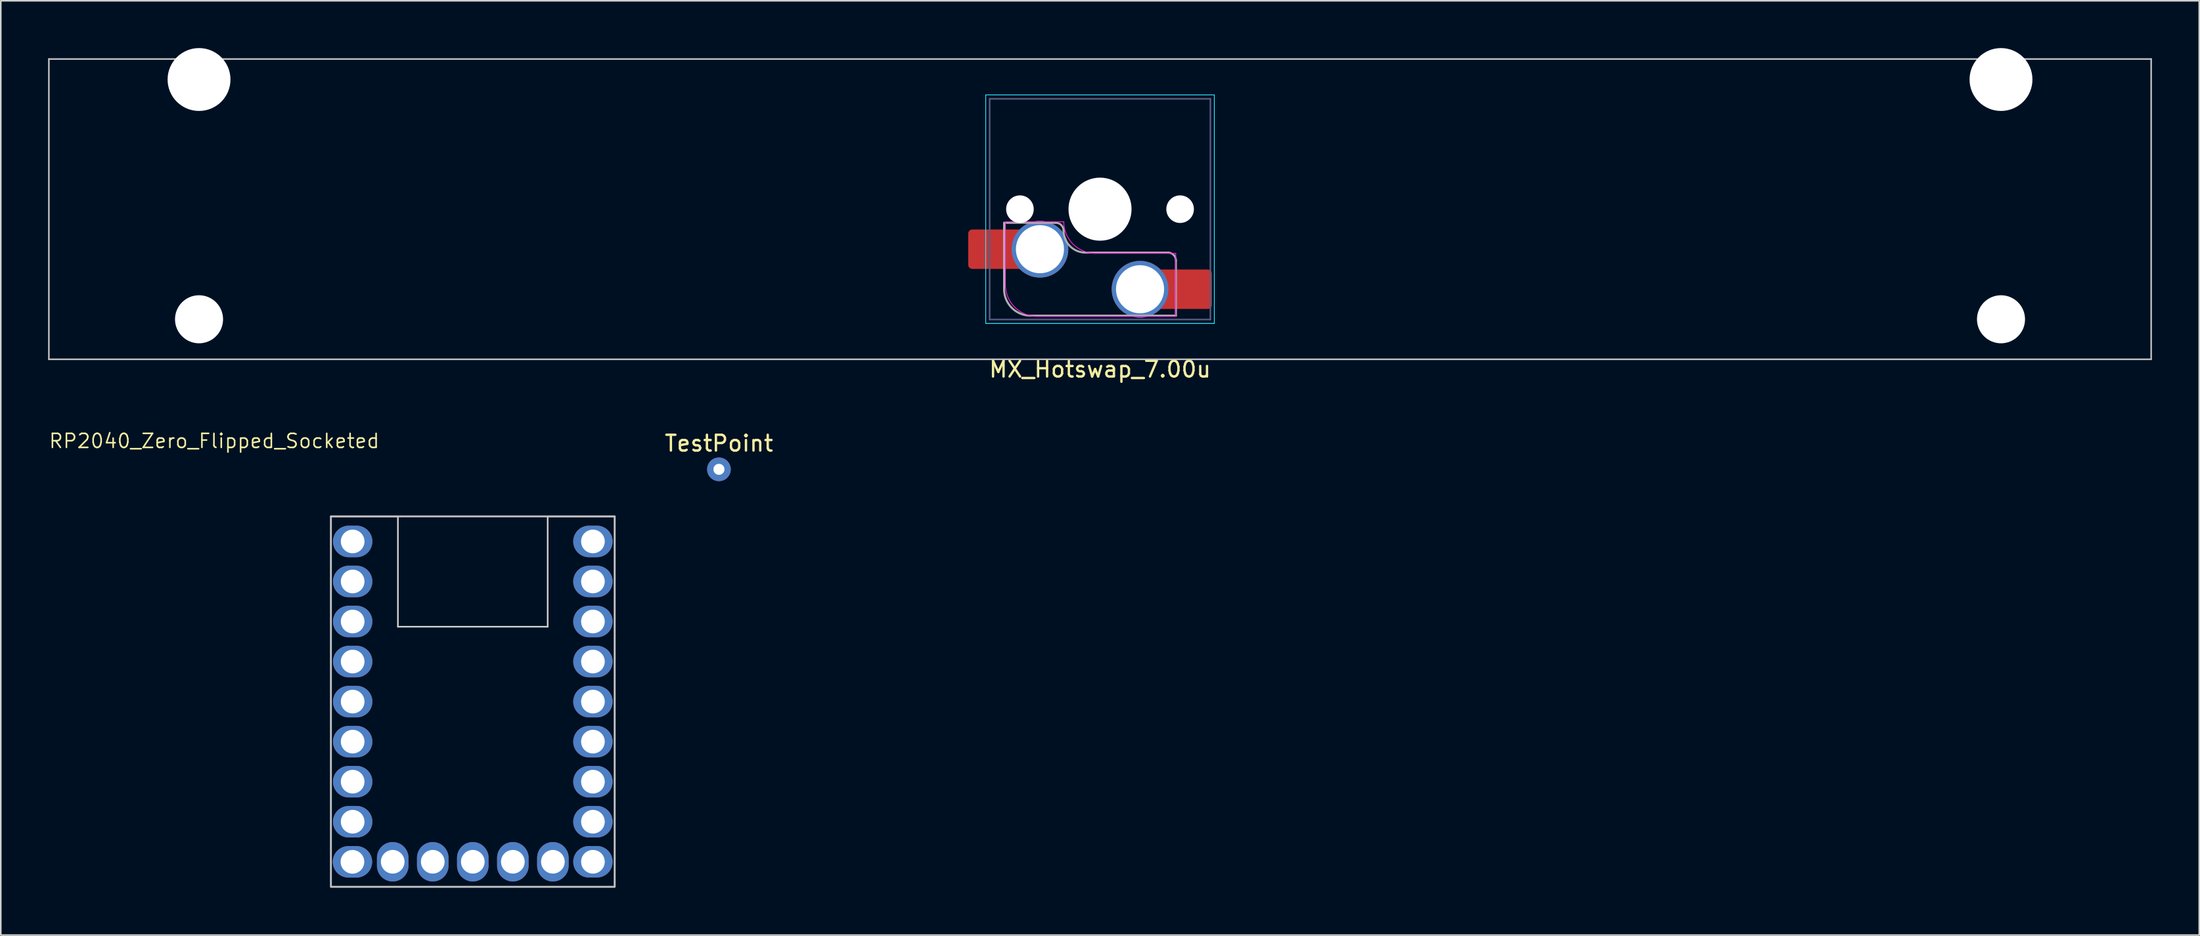
<source format=kicad_pcb>
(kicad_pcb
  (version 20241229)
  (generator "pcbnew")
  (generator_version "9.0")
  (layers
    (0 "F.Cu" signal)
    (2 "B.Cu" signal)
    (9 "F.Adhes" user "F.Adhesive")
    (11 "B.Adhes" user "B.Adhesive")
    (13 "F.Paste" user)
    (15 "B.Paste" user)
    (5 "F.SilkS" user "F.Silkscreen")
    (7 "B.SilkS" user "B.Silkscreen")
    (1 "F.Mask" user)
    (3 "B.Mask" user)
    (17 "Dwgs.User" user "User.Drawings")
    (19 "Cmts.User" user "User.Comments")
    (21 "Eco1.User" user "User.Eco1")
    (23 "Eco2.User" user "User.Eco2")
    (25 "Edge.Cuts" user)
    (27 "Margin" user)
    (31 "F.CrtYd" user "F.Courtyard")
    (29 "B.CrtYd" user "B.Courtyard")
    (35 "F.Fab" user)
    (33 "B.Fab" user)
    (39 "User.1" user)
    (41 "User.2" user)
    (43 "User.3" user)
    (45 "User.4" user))
  (footprint "RP2040_Zero_Flipped_Socketed"
    (layer "F.Cu")
    (at 26.94 41.458)
    (property "Reference" "RP2040_Zero_Flipped_Socketed" (at -16.399 -16.533 0) (layer "F.SilkS") (effects (font (size 0.889 0.889) (thickness 0.102))))
    (attr through_hole exclude_from_pos_files)
    (fp_rect (start -9 -11.75) (end 9 11.75) (stroke (width 0.12) (type solid)) (fill no) (layer "Dwgs.User"))
    (fp_line (start -4.75 -11.75) (end -9 -11.75) (stroke (width 0.1) (type default)) (layer "Edge.Cuts"))
    (fp_line (start -4.75 -11.75) (end -4.75 -4.75) (stroke (width 0.1) (type default)) (layer "Edge.Cuts"))
    (fp_line (start -4.75 -4.75) (end 4.75 -4.75) (stroke (width 0.1) (type default)) (layer "Edge.Cuts"))
    (fp_line (start 4.75 -11.75) (end 4.75 -4.75) (stroke (width 0.1) (type default)) (layer "Edge.Cuts"))
    (fp_line (start 9 -11.75) (end 4.75 -11.75) (stroke (width 0.1) (type default)) (layer "Edge.Cuts"))
    (pad "1" thru_hole oval (at -7.62 -10.16 180) (size 2.5 2) (drill 1.5) (layers "*.Cu" "*.Mask"))
    (pad "2" thru_hole oval (at -7.62 -7.62 180) (size 2.5 2) (drill 1.5) (layers "*.Cu" "*.Mask"))
    (pad "3" thru_hole oval (at -7.62 -5.08 180) (size 2.5 2) (drill 1.5) (layers "*.Cu" "*.Mask"))
    (pad "4" thru_hole oval (at -7.62 -2.54 180) (size 2.5 2) (drill 1.5) (layers "*.Cu" "*.Mask"))
    (pad "5" thru_hole oval (at -7.62 0 180) (size 2.5 2) (drill 1.5) (layers "*.Cu" "*.Mask"))
    (pad "6" thru_hole oval (at -7.62 2.54 180) (size 2.5 2) (drill 1.5) (layers "*.Cu" "*.Mask"))
    (pad "7" thru_hole oval (at -7.62 5.08 180) (size 2.5 2) (drill 1.5) (layers "*.Cu" "*.Mask"))
    (pad "8" thru_hole oval (at -7.62 7.62 180) (size 2.5 2) (drill 1.5) (layers "*.Cu" "*.Mask"))
    (pad "9" thru_hole oval (at -7.634 10.164 180) (size 2.5 2) (drill 1.5) (layers "*.Cu" "*.Mask"))
    (pad "10" thru_hole oval (at -5.08 10.16 270) (size 2.5 2) (drill 1.5) (layers "*.Cu" "*.Mask"))
    (pad "11" thru_hole oval (at -2.54 10.16 270) (size 2.5 2) (drill 1.5) (layers "*.Cu" "*.Mask"))
    (pad "12" thru_hole oval (at 0 10.16 270) (size 2.5 2) (drill 1.5) (layers "*.Cu" "*.Mask"))
    (pad "13" thru_hole oval (at 2.54 10.16 270) (size 2.5 2) (drill 1.5) (layers "*.Cu" "*.Mask"))
    (pad "14" thru_hole oval (at 5.08 10.16 270) (size 2.5 2) (drill 1.5) (layers "*.Cu" "*.Mask"))
    (pad "15" thru_hole oval (at 7.62 10.16) (size 2.5 2) (drill 1.5) (layers "*.Cu" "*.Mask"))
    (pad "16" thru_hole oval (at 7.62 7.62) (size 2.5 2) (drill 1.5) (layers "*.Cu" "*.Mask"))
    (pad "17" thru_hole oval (at 7.62 5.08) (size 2.5 2) (drill 1.5) (layers "*.Cu" "*.Mask"))
    (pad "18" thru_hole oval (at 7.62 2.54) (size 2.5 2) (drill 1.5) (layers "*.Cu" "*.Mask"))
    (pad "19" thru_hole oval (at 7.62 0) (size 2.5 2) (drill 1.5) (layers "*.Cu" "*.Mask"))
    (pad "20" thru_hole oval (at 7.62 -2.54) (size 2.5 2) (drill 1.5) (layers "*.Cu" "*.Mask"))
    (pad "21" thru_hole oval (at 7.62 -5.08) (size 2.5 2) (drill 1.5) (layers "*.Cu" "*.Mask"))
    (pad "22" thru_hole oval (at 7.62 -7.62) (size 2.5 2) (drill 1.5) (layers "*.Cu" "*.Mask"))
    (pad "23" thru_hole oval (at 7.62 -10.16) (size 2.5 2) (drill 1.5) (layers "*.Cu" "*.Mask")))
  (footprint "MX_Hotswap_7.00u"
    (layer "F.Cu")
    (at 66.09 14.029)
    (property "Reference" "MX_Hotswap_7.00u" (at 0.635 6.35 0) (layer "F.SilkS") (effects (font (size 1 1) (thickness 0.15))))
    (attr smd)
    (fp_line (start -66.04 -13.335) (end -66.04 5.715) (stroke (width 0.1) (type solid)) (layer "Dwgs.User"))
    (fp_line (start -66.04 5.715) (end 67.31 5.715) (stroke (width 0.1) (type solid)) (layer "Dwgs.User"))
    (fp_line (start 67.31 -13.335) (end -66.04 -13.335) (stroke (width 0.1) (type solid)) (layer "Dwgs.User"))
    (fp_line (start 67.31 5.715) (end 67.31 -13.335) (stroke (width 0.1) (type solid)) (layer "Dwgs.User"))
    (fp_line (start -59.89 -10.58) (end -59.89 1.72) (stroke (width 0.1) (type solid)) (layer "Eco1.User"))
    (fp_line (start -59.89 1.72) (end -53.14 1.72) (stroke (width 0.1) (type solid)) (layer "Eco1.User"))
    (fp_line (start -53.14 -10.58) (end -59.89 -10.58) (stroke (width 0.1) (type solid)) (layer "Eco1.User"))
    (fp_line (start -53.14 1.72) (end -53.14 -10.58) (stroke (width 0.1) (type solid)) (layer "Eco1.User"))
    (fp_line (start 54.41 -10.58) (end 54.41 1.72) (stroke (width 0.1) (type solid)) (layer "Eco1.User"))
    (fp_line (start 54.41 1.72) (end 61.16 1.72) (stroke (width 0.1) (type solid)) (layer "Eco1.User"))
    (fp_line (start 61.16 -10.58) (end 54.41 -10.58) (stroke (width 0.1) (type solid)) (layer "Eco1.User"))
    (fp_line (start 61.16 1.72) (end 61.16 -10.58) (stroke (width 0.1) (type solid)) (layer "Eco1.User"))
    (fp_line (start -6.615 -11.06) (end -6.615 3.44) (stroke (width 0.05) (type solid)) (layer "B.CrtYd"))
    (fp_line (start -6.615 3.44) (end 7.885 3.44) (stroke (width 0.05) (type solid)) (layer "B.CrtYd"))
    (fp_line (start 7.885 -11.06) (end -6.615 -11.06) (stroke (width 0.05) (type solid)) (layer "B.CrtYd"))
    (fp_line (start 7.885 3.44) (end 7.885 -11.06) (stroke (width 0.05) (type solid)) (layer "B.CrtYd"))
    (fp_line (start -5.365 0.99) (end -5.365 -3.01) (stroke (width 0.05) (type solid)) (layer "F.CrtYd"))
    (fp_line (start -1.665 -3.01) (end -5.365 -3.01) (stroke (width 0.05) (type solid)) (layer "F.CrtYd"))
    (fp_line (start 5.435 -1.01) (end 0.335 -1.01) (stroke (width 0.05) (type solid)) (layer "F.CrtYd"))
    (fp_line (start 5.435 -1.01) (end 5.435 2.99) (stroke (width 0.05) (type solid)) (layer "F.CrtYd"))
    (fp_line (start 5.435 2.99) (end -3.365 2.99) (stroke (width 0.05) (type solid)) (layer "F.CrtYd"))
    (fp_arc (start -3.365 2.99) (mid -4.779214 2.404214) (end -5.365 0.99) (stroke (width 0.05) (type solid)) (layer "F.CrtYd"))
    (fp_arc (start 0.335 -1.01) (mid -1.079214 -1.595786) (end -1.665 -3.01) (stroke (width 0.05) (type solid)) (layer "F.CrtYd"))
    (fp_line (start -6.365 -10.81) (end -6.365 3.19) (stroke (width 0.1) (type solid)) (layer "B.Fab"))
    (fp_line (start -6.365 3.19) (end 7.635 3.19) (stroke (width 0.1) (type solid)) (layer "B.Fab"))
    (fp_line (start 7.635 -10.81) (end -6.365 -10.81) (stroke (width 0.1) (type solid)) (layer "B.Fab"))
    (fp_line (start 7.635 3.19) (end 7.635 -10.81) (stroke (width 0.1) (type solid)) (layer "B.Fab"))
    (fp_line (start -5.45 -2.945) (end -2.175 -2.945) (stroke (width 0.127) (type solid)) (layer "F.Fab"))
    (fp_line (start -5.45 1.27) (end -5.45 -2.945) (stroke (width 0.127) (type solid)) (layer "F.Fab"))
    (fp_line (start -0.285 -1.055) (end 4.95 -1.055) (stroke (width 0.127) (type solid)) (layer "F.Fab"))
    (fp_line (start 5.45 -0.555) (end 5.45 2.945) (stroke (width 0.127) (type solid)) (layer "F.Fab"))
    (fp_line (start 5.45 2.945) (end -3.775 2.945) (stroke (width 0.127) (type solid)) (layer "F.Fab"))
    (fp_arc (start -3.775 2.945) (mid -4.959404 2.454404) (end -5.45 1.27) (stroke (width 0.127) (type solid)) (layer "F.Fab"))
    (fp_arc (start -2.175 -2.945) (mid -1.821447 -2.798553) (end -1.675 -2.445) (stroke (width 0.127) (type solid)) (layer "F.Fab"))
    (fp_arc (start -0.285 -1.055) (mid -1.267878 -1.462122) (end -1.675 -2.445) (stroke (width 0.127) (type solid)) (layer "F.Fab"))
    (fp_arc (start 4.95 -1.055) (mid 5.303553 -0.908553) (end 5.45 -0.555) (stroke (width 0.127) (type solid)) (layer "F.Fab"))
    (pad "" np_thru_hole circle (at -56.515 -12.035 180) (size 3.988 3.988) (drill 3.988) (layers "*.Cu" "*.Mask"))
    (pad "" np_thru_hole circle (at -56.515 3.175 180) (size 3.048 3.048) (drill 3.048) (layers "*.Cu" "*.Mask"))
    (pad "" smd roundrect (at -6.45 -1.27 180) (size 2.55 2.5) (layers "F.Mask" "F.Paste") (roundrect_rratio 0.1))
    (pad "" np_thru_hole circle (at -4.445 -3.81 180) (size 1.75 1.75) (drill 1.75) (layers "*.Cu" "*.Mask"))
    (pad "" np_thru_hole circle (at 0.635 -3.81 180) (size 4 4) (drill 4) (layers "*.Cu" "*.Mask"))
    (pad "" np_thru_hole circle (at 5.715 -3.81 180) (size 1.75 1.75) (drill 1.75) (layers "*.Cu" "*.Mask"))
    (pad "" smd roundrect (at 6.477 1.27 180) (size 2.55 2.5) (layers "F.Mask" "F.Paste") (roundrect_rratio 0.1))
    (pad "" np_thru_hole circle (at 57.785 -12.035 180) (size 3.988 3.988) (drill 3.988) (layers "*.Cu" "*.Mask"))
    (pad "" np_thru_hole circle (at 57.785 3.175 180) (size 3.048 3.048) (drill 3.048) (layers "*.Cu" "*.Mask"))
    (pad "1" smd roundrect (at -5.95 -1.27 180) (size 3.55 2.5) (layers "F.Cu") (roundrect_rratio 0.1))
    (pad "1" thru_hole circle (at -3.175 -1.27 180) (size 3.6 3.6) (drill 3.05) (layers "*.Cu" "*.Mask"))
    (pad "2" thru_hole circle (at 3.175 1.27 180) (size 3.6 3.6) (drill 3.05) (layers "*.Cu" "*.Mask"))
    (pad "2" smd roundrect (at 5.955 1.27 180) (size 3.55 2.5) (layers "F.Cu") (roundrect_rratio 0.1)))
  (footprint "TestPoint"
    (layer "F.Cu")
    (at 42.553 26.723)
    (property "Reference" "TestPoint" (at 0 -1.648 0) (layer "F.SilkS") (effects (font (size 1 1) (thickness 0.15))))
    (attr exclude_from_pos_files exclude_from_bom)
    (pad "1" thru_hole circle (at 0 0) (size 1.5 1.5) (drill 0.7) (layers "*.Cu" "*.Mask")))
  (gr_rect
    (start -3 -3)
    (end 136.45 56.268)
    (stroke (width 0.1) (type default))
    (fill no)
    (layer "Edge.Cuts")))
</source>
